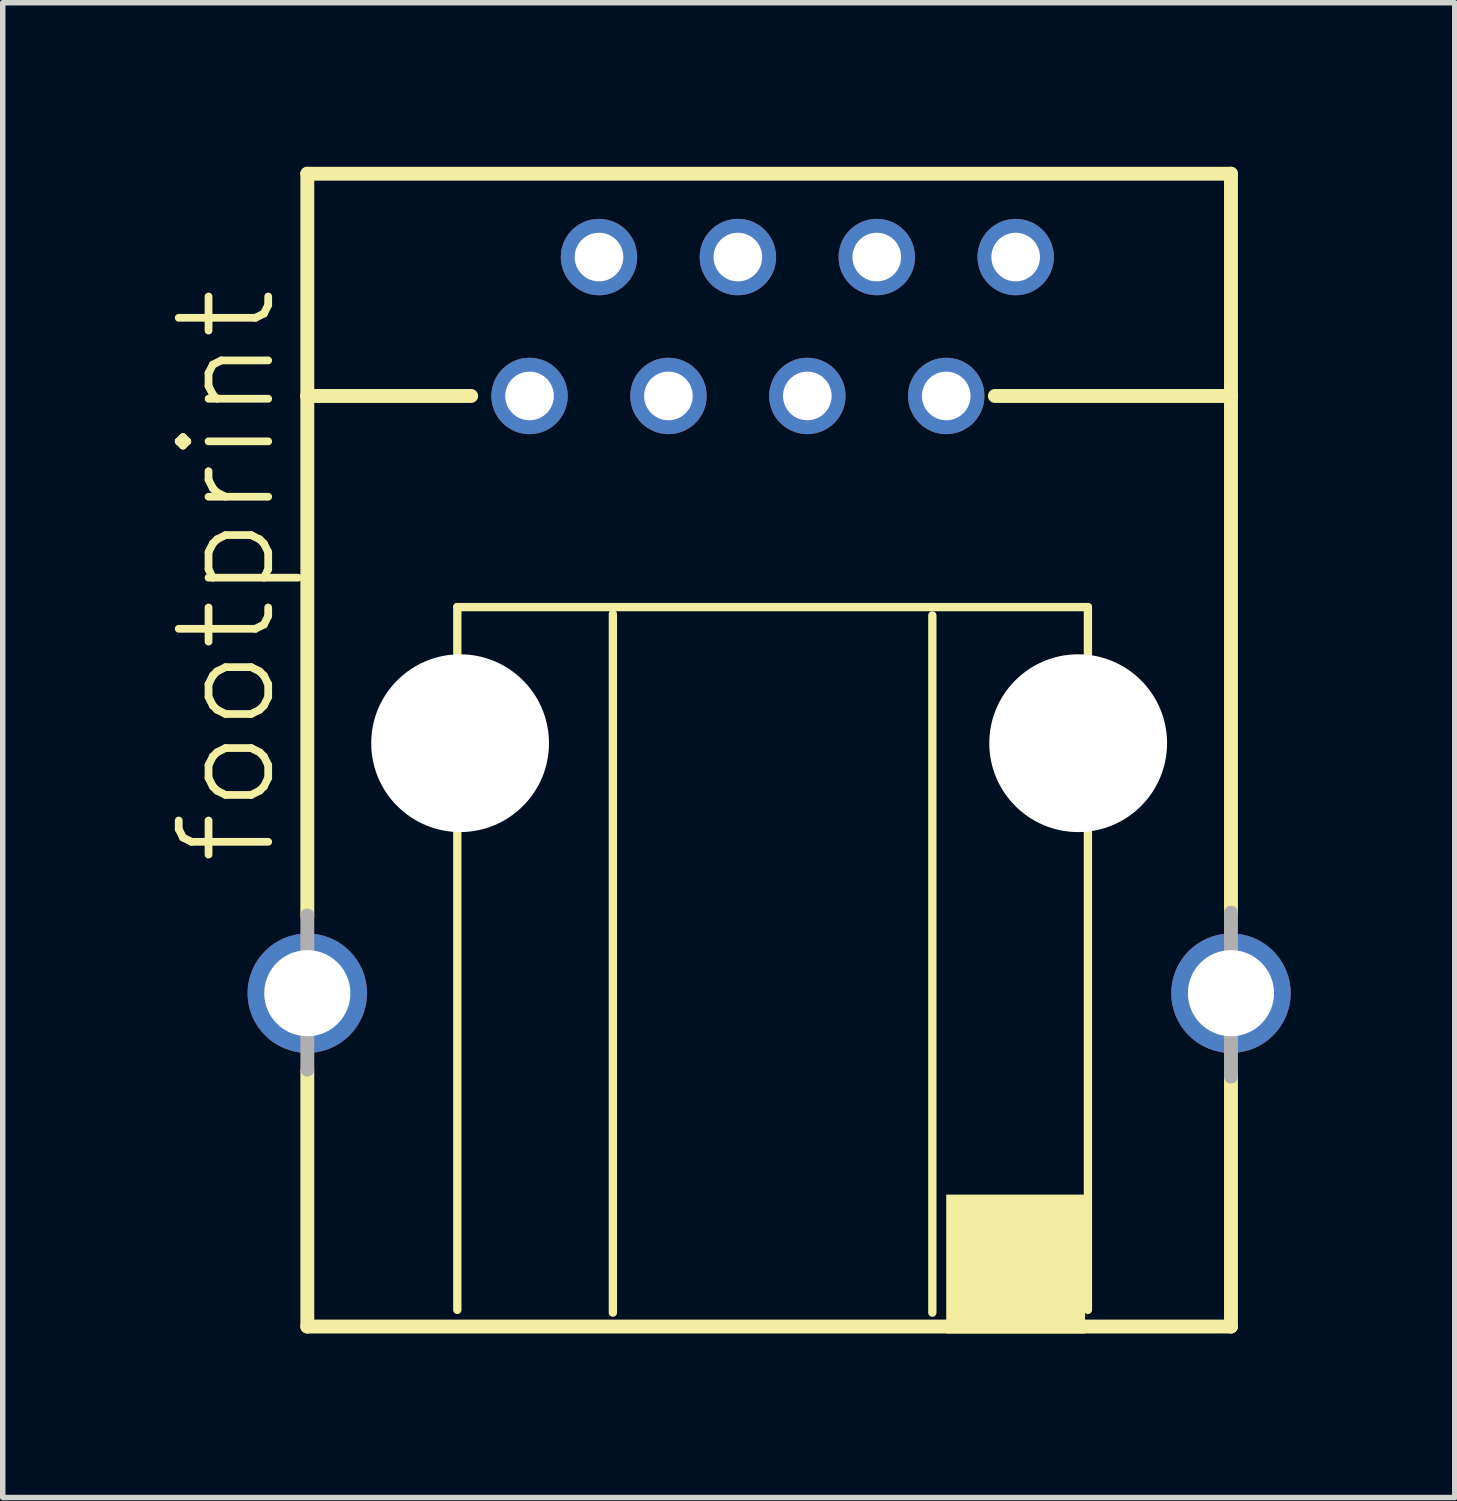
<source format=kicad_pcb>
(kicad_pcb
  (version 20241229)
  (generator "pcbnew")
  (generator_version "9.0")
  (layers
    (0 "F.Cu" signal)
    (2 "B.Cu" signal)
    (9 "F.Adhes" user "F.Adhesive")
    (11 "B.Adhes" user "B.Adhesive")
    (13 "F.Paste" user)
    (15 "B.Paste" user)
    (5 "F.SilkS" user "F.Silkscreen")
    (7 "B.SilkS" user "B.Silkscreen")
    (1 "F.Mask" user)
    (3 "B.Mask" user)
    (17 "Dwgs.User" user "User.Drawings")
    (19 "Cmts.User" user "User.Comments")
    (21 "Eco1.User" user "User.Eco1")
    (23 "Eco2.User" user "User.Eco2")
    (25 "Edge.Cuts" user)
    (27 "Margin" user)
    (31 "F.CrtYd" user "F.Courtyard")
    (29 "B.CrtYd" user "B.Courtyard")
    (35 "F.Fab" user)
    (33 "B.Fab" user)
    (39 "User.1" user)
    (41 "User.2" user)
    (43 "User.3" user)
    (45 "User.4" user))
  (footprint "footprint"
    (layer "F.Cu")
    (at 11.079 10.541)
    (property "Reference" "footprint" (at -9.017 2.286 90) (layer "F.SilkS") (effects (font (size 1.636 1.636) (thickness 0.142)) (justify left bottom)))
    (fp_line (start -8.509 -10.414) (end -8.509 -6.35) (stroke (width 0.254) (type solid)) (layer "F.SilkS"))
    (fp_line (start -8.509 -6.35) (end -8.509 3.15) (stroke (width 0.254) (type solid)) (layer "F.SilkS"))
    (fp_line (start -8.509 5.994) (end -8.509 10.668) (stroke (width 0.254) (type solid)) (layer "F.SilkS"))
    (fp_line (start -8.509 10.668) (end 8.382 10.668) (stroke (width 0.254) (type solid)) (layer "F.SilkS"))
    (fp_line (start -5.766 -2.489) (end -5.766 10.363) (stroke (width 0.152) (type solid)) (layer "F.SilkS"))
    (fp_line (start -5.512 -6.35) (end -8.509 -6.35) (stroke (width 0.254) (type solid)) (layer "F.SilkS"))
    (fp_line (start -2.921 10.414) (end -2.921 -2.362) (stroke (width 0.152) (type solid)) (layer "F.SilkS"))
    (fp_line (start 2.921 -2.337) (end 2.921 10.414) (stroke (width 0.152) (type solid)) (layer "F.SilkS"))
    (fp_line (start 4.064 -6.35) (end 8.382 -6.35) (stroke (width 0.254) (type solid)) (layer "F.SilkS"))
    (fp_line (start 5.766 -2.489) (end -5.766 -2.489) (stroke (width 0.152) (type solid)) (layer "F.SilkS"))
    (fp_line (start 5.766 10.363) (end 5.766 -2.489) (stroke (width 0.152) (type solid)) (layer "F.SilkS"))
    (fp_line (start 8.382 -10.414) (end -8.509 -10.414) (stroke (width 0.254) (type solid)) (layer "F.SilkS"))
    (fp_line (start 8.382 -6.35) (end 8.382 -10.414) (stroke (width 0.254) (type solid)) (layer "F.SilkS"))
    (fp_line (start 8.382 3.099) (end 8.382 -6.35) (stroke (width 0.254) (type solid)) (layer "F.SilkS"))
    (fp_line (start 8.382 10.668) (end 8.382 6.071) (stroke (width 0.254) (type solid)) (layer "F.SilkS"))
    (fp_poly (pts (xy 3.175 10.795) (xy 5.715 10.795) (xy 5.715 8.255) (xy 3.175 8.255)) (stroke (width 0) (type solid)) (fill yes) (layer "F.SilkS"))
    (fp_line (start -8.509 3.15) (end -8.509 5.969) (stroke (width 0.254) (type solid)) (layer "F.Fab"))
    (fp_line (start 8.382 6.096) (end 8.382 3.099) (stroke (width 0.254) (type solid)) (layer "F.Fab"))
    (pad "" np_thru_hole circle (at -5.715 0) (size 3.251 3.251) (drill 3.251) (layers "*.Cu" "*.Mask"))
    (pad "" np_thru_hole circle (at 5.588 0) (size 3.251 3.251) (drill 3.251) (layers "*.Cu" "*.Mask"))
    (pad "1" thru_hole circle (at -4.445 -6.35) (size 1.397 1.397) (drill 0.889) (layers "*.Cu" "*.Mask"))
    (pad "2" thru_hole circle (at -3.175 -8.89) (size 1.397 1.397) (drill 0.889) (layers "*.Cu" "*.Mask"))
    (pad "3" thru_hole circle (at -1.905 -6.35) (size 1.397 1.397) (drill 0.889) (layers "*.Cu" "*.Mask"))
    (pad "4" thru_hole circle (at -0.635 -8.89) (size 1.397 1.397) (drill 0.889) (layers "*.Cu" "*.Mask"))
    (pad "5" thru_hole circle (at 0.635 -6.35) (size 1.397 1.397) (drill 0.889) (layers "*.Cu" "*.Mask"))
    (pad "6" thru_hole circle (at 1.905 -8.89) (size 1.397 1.397) (drill 0.889) (layers "*.Cu" "*.Mask"))
    (pad "7" thru_hole circle (at 3.175 -6.35) (size 1.397 1.397) (drill 0.889) (layers "*.Cu" "*.Mask"))
    (pad "8" thru_hole circle (at 4.445 -8.89) (size 1.397 1.397) (drill 0.889) (layers "*.Cu" "*.Mask"))
    (pad "G1" thru_hole circle (at -8.509 4.572) (size 2.184 2.184) (drill 1.575) (layers "*.Cu" "*.Mask"))
    (pad "G2" thru_hole circle (at 8.382 4.572) (size 2.184 2.184) (drill 1.575) (layers "*.Cu" "*.Mask")))
  (gr_rect
    (start -3 -3)
    (end 23.554 24.336)
    (stroke (width 0.1) (type default))
    (fill no)
    (layer "Edge.Cuts")))
</source>
